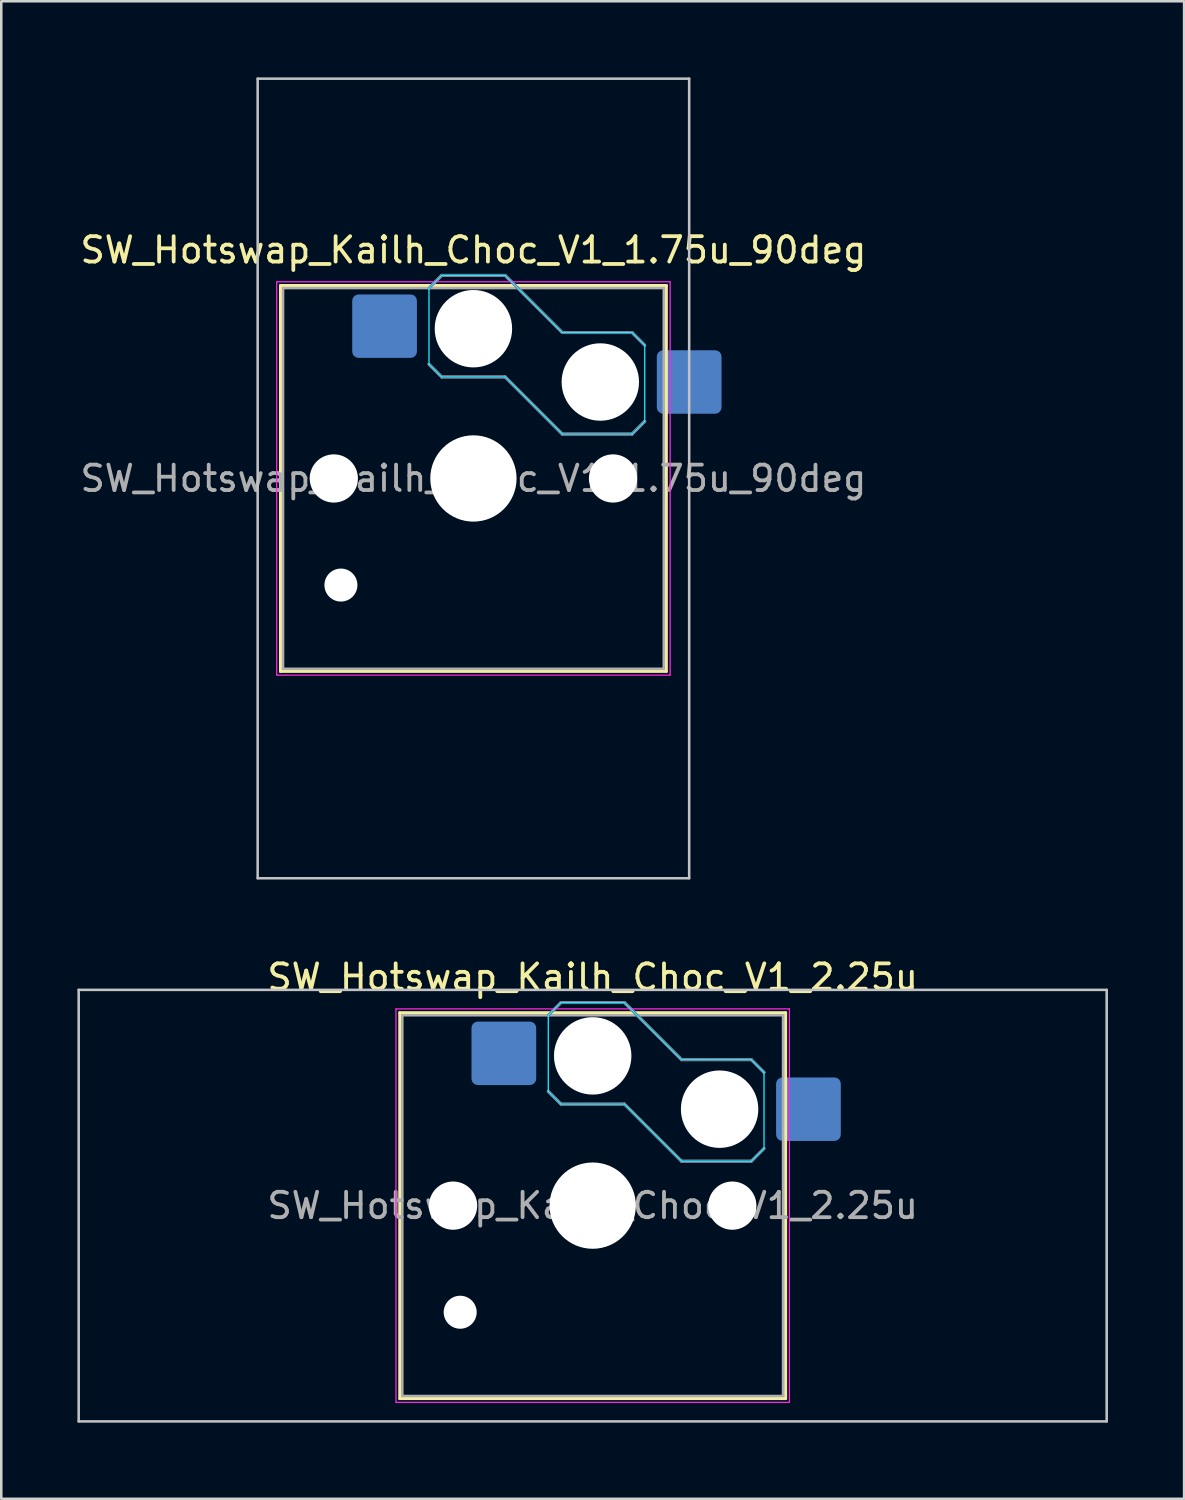
<source format=kicad_pcb>
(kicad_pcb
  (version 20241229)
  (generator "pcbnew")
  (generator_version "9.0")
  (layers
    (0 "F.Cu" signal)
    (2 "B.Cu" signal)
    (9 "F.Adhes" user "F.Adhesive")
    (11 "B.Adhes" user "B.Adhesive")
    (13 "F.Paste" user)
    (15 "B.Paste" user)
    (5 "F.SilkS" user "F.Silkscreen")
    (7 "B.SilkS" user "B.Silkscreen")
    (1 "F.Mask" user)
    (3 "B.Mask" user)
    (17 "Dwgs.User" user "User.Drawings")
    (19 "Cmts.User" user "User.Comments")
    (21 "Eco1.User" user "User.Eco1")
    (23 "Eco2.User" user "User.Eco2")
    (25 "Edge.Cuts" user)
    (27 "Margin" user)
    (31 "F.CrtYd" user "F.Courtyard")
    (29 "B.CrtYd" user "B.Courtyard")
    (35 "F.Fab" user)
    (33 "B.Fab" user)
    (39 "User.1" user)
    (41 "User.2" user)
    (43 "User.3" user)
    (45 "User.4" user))
  (footprint "SW_Hotswap_Kailh_Choc_V1_2.25u"
    (layer "F.Cu")
    (at 20.3 44.448)
    (property "Reference" "SW_Hotswap_Kailh_Choc_V1_2.25u" (at 0 -9 0) (layer "F.SilkS") (effects (font (size 1 1) (thickness 0.15))))
    (attr smd)
    (fp_line (start -7.6 -7.6) (end -7.6 7.6) (stroke (width 0.12) (type solid)) (layer "F.SilkS"))
    (fp_line (start -7.6 7.6) (end 7.6 7.6) (stroke (width 0.12) (type solid)) (layer "F.SilkS"))
    (fp_line (start 7.6 -7.6) (end -7.6 -7.6) (stroke (width 0.12) (type solid)) (layer "F.SilkS"))
    (fp_line (start 7.6 7.6) (end 7.6 -7.6) (stroke (width 0.12) (type solid)) (layer "F.SilkS"))
    (fp_line (start -1.75 -7.5) (end -1.25 -8) (stroke (width 0.12) (type solid)) (layer "B.SilkS"))
    (fp_line (start -1.25 -8) (end 1.25 -8) (stroke (width 0.12) (type solid)) (layer "B.SilkS"))
    (fp_line (start -1.25 -4) (end -1.75 -4.5) (stroke (width 0.12) (type solid)) (layer "B.SilkS"))
    (fp_line (start 1.25 -8) (end 3.5 -5.75) (stroke (width 0.12) (type solid)) (layer "B.SilkS"))
    (fp_line (start 1.25 -4) (end -1.25 -4) (stroke (width 0.12) (type solid)) (layer "B.SilkS"))
    (fp_line (start 3.5 -5.75) (end 6.25 -5.75) (stroke (width 0.12) (type solid)) (layer "B.SilkS"))
    (fp_line (start 3.5 -1.75) (end 1.25 -4) (stroke (width 0.12) (type solid)) (layer "B.SilkS"))
    (fp_line (start 6.25 -5.75) (end 6.75 -5.25) (stroke (width 0.12) (type solid)) (layer "B.SilkS"))
    (fp_line (start 6.25 -1.75) (end 3.5 -1.75) (stroke (width 0.12) (type solid)) (layer "B.SilkS"))
    (fp_line (start 6.75 -2.25) (end 6.25 -1.75) (stroke (width 0.12) (type solid)) (layer "B.SilkS"))
    (fp_line (start -20.25 -8.5) (end -20.25 8.5) (stroke (width 0.1) (type solid)) (layer "Dwgs.User"))
    (fp_line (start -20.25 8.5) (end 20.25 8.5) (stroke (width 0.1) (type solid)) (layer "Dwgs.User"))
    (fp_line (start 20.25 -8.5) (end -20.25 -8.5) (stroke (width 0.1) (type solid)) (layer "Dwgs.User"))
    (fp_line (start 20.25 8.5) (end 20.25 -8.5) (stroke (width 0.1) (type solid)) (layer "Dwgs.User"))
    (fp_line (start -7.25 -7.25) (end -7.25 7.25) (stroke (width 0.1) (type solid)) (layer "Eco1.User"))
    (fp_line (start -7.25 7.25) (end 7.25 7.25) (stroke (width 0.1) (type solid)) (layer "Eco1.User"))
    (fp_line (start 7.25 -7.25) (end -7.25 -7.25) (stroke (width 0.1) (type solid)) (layer "Eco1.User"))
    (fp_line (start 7.25 7.25) (end 7.25 -7.25) (stroke (width 0.1) (type solid)) (layer "Eco1.User"))
    (fp_line (start -1.75 -7.5) (end -1.25 -8) (stroke (width 0.05) (type solid)) (layer "B.CrtYd"))
    (fp_line (start -1.75 -4.5) (end -1.75 -7.5) (stroke (width 0.05) (type solid)) (layer "B.CrtYd"))
    (fp_line (start -1.25 -8) (end 1.25 -8) (stroke (width 0.05) (type solid)) (layer "B.CrtYd"))
    (fp_line (start -1.25 -4) (end -1.75 -4.5) (stroke (width 0.05) (type solid)) (layer "B.CrtYd"))
    (fp_line (start 1.25 -8) (end 3.5 -5.75) (stroke (width 0.05) (type solid)) (layer "B.CrtYd"))
    (fp_line (start 1.25 -4) (end -1.25 -4) (stroke (width 0.05) (type solid)) (layer "B.CrtYd"))
    (fp_line (start 3.5 -5.75) (end 6.25 -5.75) (stroke (width 0.05) (type solid)) (layer "B.CrtYd"))
    (fp_line (start 3.5 -1.75) (end 1.25 -4) (stroke (width 0.05) (type solid)) (layer "B.CrtYd"))
    (fp_line (start 6.25 -5.75) (end 6.75 -5.25) (stroke (width 0.05) (type solid)) (layer "B.CrtYd"))
    (fp_line (start 6.25 -1.75) (end 3.5 -1.75) (stroke (width 0.05) (type solid)) (layer "B.CrtYd"))
    (fp_line (start 6.75 -5.25) (end 6.75 -2.25) (stroke (width 0.05) (type solid)) (layer "B.CrtYd"))
    (fp_line (start 6.75 -2.25) (end 6.25 -1.75) (stroke (width 0.05) (type solid)) (layer "B.CrtYd"))
    (fp_line (start -7.75 -7.75) (end -7.75 7.75) (stroke (width 0.05) (type solid)) (layer "F.CrtYd"))
    (fp_line (start -7.75 7.75) (end 7.75 7.75) (stroke (width 0.05) (type solid)) (layer "F.CrtYd"))
    (fp_line (start 7.75 -7.75) (end -7.75 -7.75) (stroke (width 0.05) (type solid)) (layer "F.CrtYd"))
    (fp_line (start 7.75 7.75) (end 7.75 -7.75) (stroke (width 0.05) (type solid)) (layer "F.CrtYd"))
    (fp_line (start -1.75 -7.5) (end -1.25 -8) (stroke (width 0.1) (type solid)) (layer "B.Fab"))
    (fp_line (start -1.25 -8) (end 1.25 -8) (stroke (width 0.1) (type solid)) (layer "B.Fab"))
    (fp_line (start -1.25 -4) (end -1.75 -4.5) (stroke (width 0.1) (type solid)) (layer "B.Fab"))
    (fp_line (start 1.25 -8) (end 3.5 -5.75) (stroke (width 0.1) (type solid)) (layer "B.Fab"))
    (fp_line (start 1.25 -4) (end -1.25 -4) (stroke (width 0.1) (type solid)) (layer "B.Fab"))
    (fp_line (start 3.5 -5.75) (end 6.25 -5.75) (stroke (width 0.1) (type solid)) (layer "B.Fab"))
    (fp_line (start 3.5 -1.75) (end 1.25 -4) (stroke (width 0.1) (type solid)) (layer "B.Fab"))
    (fp_line (start 6.25 -5.75) (end 6.75 -5.25) (stroke (width 0.1) (type solid)) (layer "B.Fab"))
    (fp_line (start 6.25 -1.75) (end 3.5 -1.75) (stroke (width 0.1) (type solid)) (layer "B.Fab"))
    (fp_line (start 6.75 -2.25) (end 6.25 -1.75) (stroke (width 0.1) (type solid)) (layer "B.Fab"))
    (fp_line (start -7.5 -7.5) (end -7.5 7.5) (stroke (width 0.1) (type solid)) (layer "F.Fab"))
    (fp_line (start -7.5 7.5) (end 7.5 7.5) (stroke (width 0.1) (type solid)) (layer "F.Fab"))
    (fp_line (start 7.5 -7.5) (end -7.5 -7.5) (stroke (width 0.1) (type solid)) (layer "F.Fab"))
    (fp_line (start 7.5 7.5) (end 7.5 -7.5) (stroke (width 0.1) (type solid)) (layer "F.Fab"))
    (fp_text user "${REFERENCE}" (at 0 0 0) (layer "F.Fab") (effects (font (size 1 1) (thickness 0.15))))
    (pad "" np_thru_hole circle (at -5.5 0) (size 1.9 1.9) (drill 1.9) (layers "*.Cu" "*.Mask"))
    (pad "" np_thru_hole circle (at -5.22 4.2) (size 1.3 1.3) (drill 1.3) (layers "*.Cu" "*.Mask"))
    (pad "" np_thru_hole circle (at 0 -5.9) (size 3.05 3.05) (drill 3.05) (layers "*.Cu" "*.Mask"))
    (pad "" np_thru_hole circle (at 0 0) (size 3.4 3.4) (drill 3.4) (layers "*.Cu" "*.Mask"))
    (pad "" np_thru_hole circle (at 5 -3.8) (size 3.05 3.05) (drill 3.05) (layers "*.Cu" "*.Mask"))
    (pad "" np_thru_hole circle (at 5.5 0) (size 1.9 1.9) (drill 1.9) (layers "*.Cu" "*.Mask"))
    (pad "1" smd roundrect (at -3.5 -6) (size 2.55 2.5) (layers "B.Cu" "B.Mask" "B.Paste") (roundrect_rratio 0.1))
    (pad "2" smd roundrect (at 8.5 -3.8) (size 2.55 2.5) (layers "B.Cu" "B.Mask" "B.Paste") (roundrect_rratio 0.1)))
  (footprint "SW_Hotswap_Kailh_Choc_V1_1.75u_90deg"
    (layer "F.Cu")
    (at 15.601 15.8)
    (property "Reference" "SW_Hotswap_Kailh_Choc_V1_1.75u_90deg" (at 0 -9 0) (layer "F.SilkS") (effects (font (size 1 1) (thickness 0.15))))
    (attr smd)
    (fp_line (start -7.6 -7.6) (end -7.6 7.6) (stroke (width 0.12) (type solid)) (layer "F.SilkS"))
    (fp_line (start -7.6 7.6) (end 7.6 7.6) (stroke (width 0.12) (type solid)) (layer "F.SilkS"))
    (fp_line (start 7.6 -7.6) (end -7.6 -7.6) (stroke (width 0.12) (type solid)) (layer "F.SilkS"))
    (fp_line (start 7.6 7.6) (end 7.6 -7.6) (stroke (width 0.12) (type solid)) (layer "F.SilkS"))
    (fp_line (start -1.75 -7.5) (end -1.25 -8) (stroke (width 0.12) (type solid)) (layer "B.SilkS"))
    (fp_line (start -1.25 -8) (end 1.25 -8) (stroke (width 0.12) (type solid)) (layer "B.SilkS"))
    (fp_line (start -1.25 -4) (end -1.75 -4.5) (stroke (width 0.12) (type solid)) (layer "B.SilkS"))
    (fp_line (start 1.25 -8) (end 3.5 -5.75) (stroke (width 0.12) (type solid)) (layer "B.SilkS"))
    (fp_line (start 1.25 -4) (end -1.25 -4) (stroke (width 0.12) (type solid)) (layer "B.SilkS"))
    (fp_line (start 3.5 -5.75) (end 6.25 -5.75) (stroke (width 0.12) (type solid)) (layer "B.SilkS"))
    (fp_line (start 3.5 -1.75) (end 1.25 -4) (stroke (width 0.12) (type solid)) (layer "B.SilkS"))
    (fp_line (start 6.25 -5.75) (end 6.75 -5.25) (stroke (width 0.12) (type solid)) (layer "B.SilkS"))
    (fp_line (start 6.25 -1.75) (end 3.5 -1.75) (stroke (width 0.12) (type solid)) (layer "B.SilkS"))
    (fp_line (start 6.75 -2.25) (end 6.25 -1.75) (stroke (width 0.12) (type solid)) (layer "B.SilkS"))
    (fp_line (start -8.5 -15.75) (end 8.5 -15.75) (stroke (width 0.1) (type solid)) (layer "Dwgs.User"))
    (fp_line (start -8.5 15.75) (end -8.5 -15.75) (stroke (width 0.1) (type solid)) (layer "Dwgs.User"))
    (fp_line (start 8.5 -15.75) (end 8.5 15.75) (stroke (width 0.1) (type solid)) (layer "Dwgs.User"))
    (fp_line (start 8.5 15.75) (end -8.5 15.75) (stroke (width 0.1) (type solid)) (layer "Dwgs.User"))
    (fp_line (start -7.25 -7.25) (end -7.25 7.25) (stroke (width 0.1) (type solid)) (layer "Eco1.User"))
    (fp_line (start -7.25 7.25) (end 7.25 7.25) (stroke (width 0.1) (type solid)) (layer "Eco1.User"))
    (fp_line (start 7.25 -7.25) (end -7.25 -7.25) (stroke (width 0.1) (type solid)) (layer "Eco1.User"))
    (fp_line (start 7.25 7.25) (end 7.25 -7.25) (stroke (width 0.1) (type solid)) (layer "Eco1.User"))
    (fp_line (start -1.75 -7.5) (end -1.25 -8) (stroke (width 0.05) (type solid)) (layer "B.CrtYd"))
    (fp_line (start -1.75 -4.5) (end -1.75 -7.5) (stroke (width 0.05) (type solid)) (layer "B.CrtYd"))
    (fp_line (start -1.25 -8) (end 1.25 -8) (stroke (width 0.05) (type solid)) (layer "B.CrtYd"))
    (fp_line (start -1.25 -4) (end -1.75 -4.5) (stroke (width 0.05) (type solid)) (layer "B.CrtYd"))
    (fp_line (start 1.25 -8) (end 3.5 -5.75) (stroke (width 0.05) (type solid)) (layer "B.CrtYd"))
    (fp_line (start 1.25 -4) (end -1.25 -4) (stroke (width 0.05) (type solid)) (layer "B.CrtYd"))
    (fp_line (start 3.5 -5.75) (end 6.25 -5.75) (stroke (width 0.05) (type solid)) (layer "B.CrtYd"))
    (fp_line (start 3.5 -1.75) (end 1.25 -4) (stroke (width 0.05) (type solid)) (layer "B.CrtYd"))
    (fp_line (start 6.25 -5.75) (end 6.75 -5.25) (stroke (width 0.05) (type solid)) (layer "B.CrtYd"))
    (fp_line (start 6.25 -1.75) (end 3.5 -1.75) (stroke (width 0.05) (type solid)) (layer "B.CrtYd"))
    (fp_line (start 6.75 -5.25) (end 6.75 -2.25) (stroke (width 0.05) (type solid)) (layer "B.CrtYd"))
    (fp_line (start 6.75 -2.25) (end 6.25 -1.75) (stroke (width 0.05) (type solid)) (layer "B.CrtYd"))
    (fp_line (start -7.75 -7.75) (end -7.75 7.75) (stroke (width 0.05) (type solid)) (layer "F.CrtYd"))
    (fp_line (start -7.75 7.75) (end 7.75 7.75) (stroke (width 0.05) (type solid)) (layer "F.CrtYd"))
    (fp_line (start 7.75 -7.75) (end -7.75 -7.75) (stroke (width 0.05) (type solid)) (layer "F.CrtYd"))
    (fp_line (start 7.75 7.75) (end 7.75 -7.75) (stroke (width 0.05) (type solid)) (layer "F.CrtYd"))
    (fp_line (start -1.75 -7.5) (end -1.25 -8) (stroke (width 0.1) (type solid)) (layer "B.Fab"))
    (fp_line (start -1.25 -8) (end 1.25 -8) (stroke (width 0.1) (type solid)) (layer "B.Fab"))
    (fp_line (start -1.25 -4) (end -1.75 -4.5) (stroke (width 0.1) (type solid)) (layer "B.Fab"))
    (fp_line (start 1.25 -8) (end 3.5 -5.75) (stroke (width 0.1) (type solid)) (layer "B.Fab"))
    (fp_line (start 1.25 -4) (end -1.25 -4) (stroke (width 0.1) (type solid)) (layer "B.Fab"))
    (fp_line (start 3.5 -5.75) (end 6.25 -5.75) (stroke (width 0.1) (type solid)) (layer "B.Fab"))
    (fp_line (start 3.5 -1.75) (end 1.25 -4) (stroke (width 0.1) (type solid)) (layer "B.Fab"))
    (fp_line (start 6.25 -5.75) (end 6.75 -5.25) (stroke (width 0.1) (type solid)) (layer "B.Fab"))
    (fp_line (start 6.25 -1.75) (end 3.5 -1.75) (stroke (width 0.1) (type solid)) (layer "B.Fab"))
    (fp_line (start 6.75 -2.25) (end 6.25 -1.75) (stroke (width 0.1) (type solid)) (layer "B.Fab"))
    (fp_line (start -7.5 -7.5) (end -7.5 7.5) (stroke (width 0.1) (type solid)) (layer "F.Fab"))
    (fp_line (start -7.5 7.5) (end 7.5 7.5) (stroke (width 0.1) (type solid)) (layer "F.Fab"))
    (fp_line (start 7.5 -7.5) (end -7.5 -7.5) (stroke (width 0.1) (type solid)) (layer "F.Fab"))
    (fp_line (start 7.5 7.5) (end 7.5 -7.5) (stroke (width 0.1) (type solid)) (layer "F.Fab"))
    (fp_text user "${REFERENCE}" (at 0 0 0) (layer "F.Fab") (effects (font (size 1 1) (thickness 0.15))))
    (pad "" np_thru_hole circle (at -5.5 0) (size 1.9 1.9) (drill 1.9) (layers "*.Cu" "*.Mask"))
    (pad "" np_thru_hole circle (at -5.22 4.2) (size 1.3 1.3) (drill 1.3) (layers "*.Cu" "*.Mask"))
    (pad "" np_thru_hole circle (at 0 -5.9) (size 3.05 3.05) (drill 3.05) (layers "*.Cu" "*.Mask"))
    (pad "" np_thru_hole circle (at 0 0) (size 3.4 3.4) (drill 3.4) (layers "*.Cu" "*.Mask"))
    (pad "" np_thru_hole circle (at 5 -3.8) (size 3.05 3.05) (drill 3.05) (layers "*.Cu" "*.Mask"))
    (pad "" np_thru_hole circle (at 5.5 0) (size 1.9 1.9) (drill 1.9) (layers "*.Cu" "*.Mask"))
    (pad "1" smd roundrect (at -3.5 -6) (size 2.55 2.5) (layers "B.Cu" "B.Mask" "B.Paste") (roundrect_rratio 0.1))
    (pad "2" smd roundrect (at 8.5 -3.8) (size 2.55 2.5) (layers "B.Cu" "B.Mask" "B.Paste") (roundrect_rratio 0.1)))
  (gr_rect
    (start -3 -3)
    (end 43.6 55.998)
    (stroke (width 0.1) (type default))
    (fill no)
    (layer "Edge.Cuts")))
</source>
